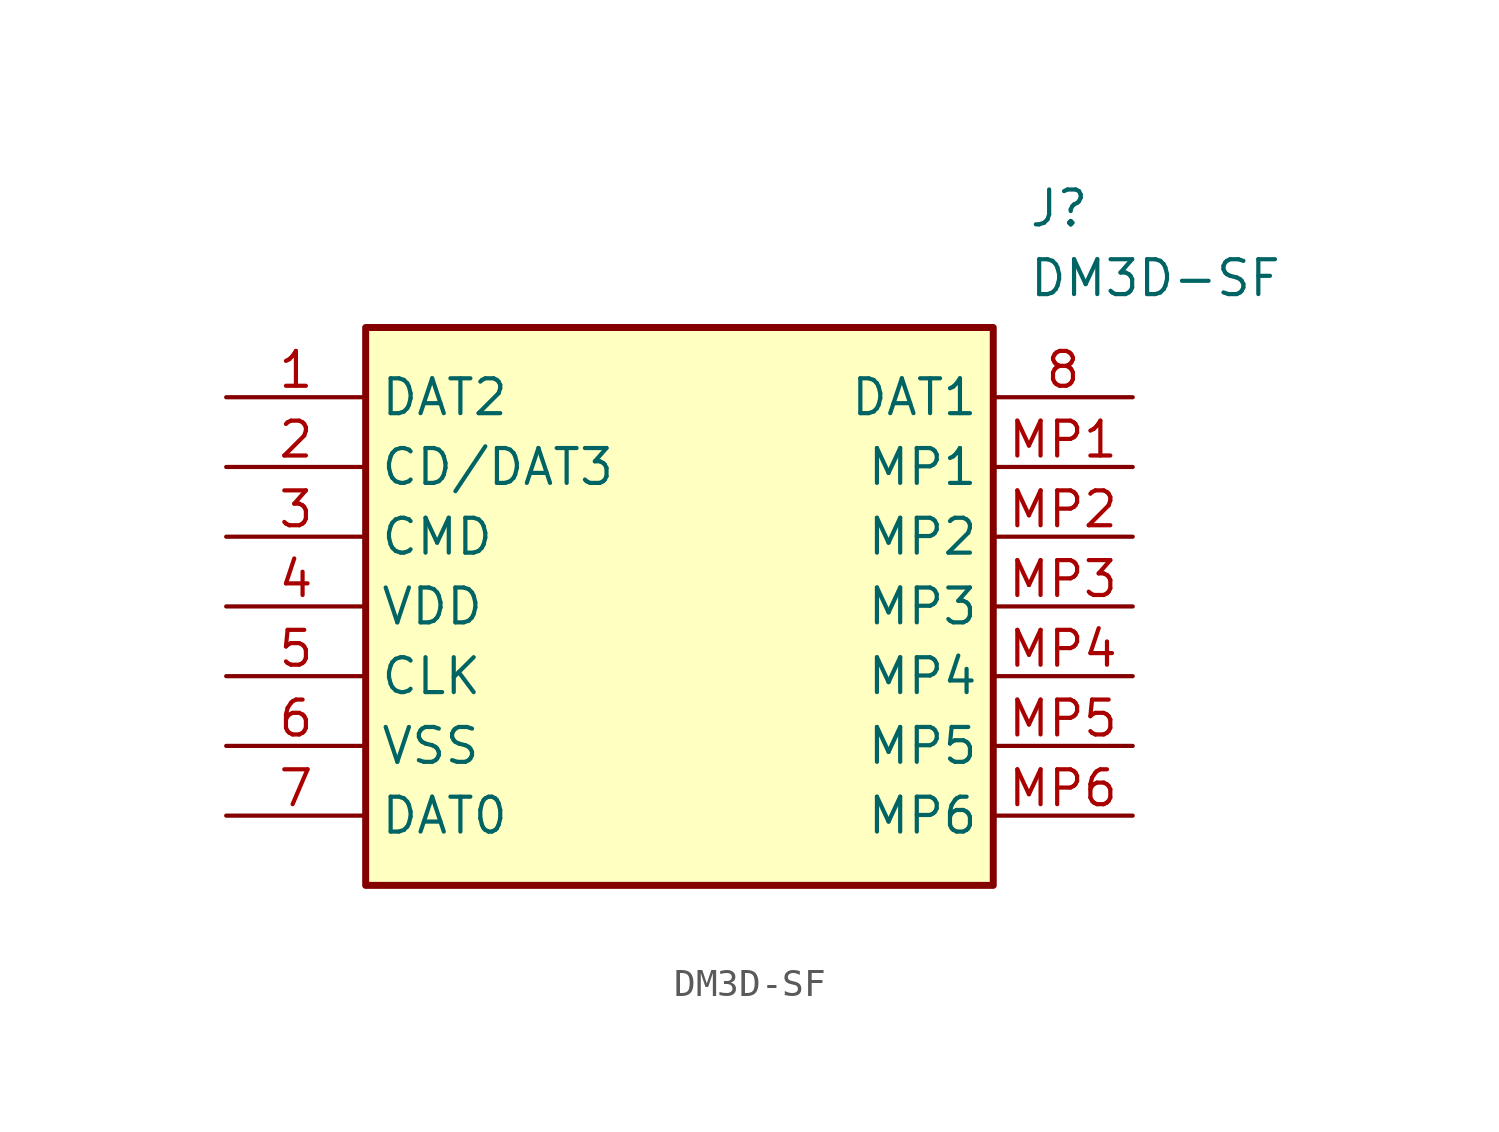
<source format=kicad_sym>
(kicad_symbol_lib
  (version 20211014)
  (generator SamacSys_ECAD_Model)
  (symbol "DM3D-SF"
    (property "Reference" "J"
      (at 29.21 7.62 0)
      (effects (font (size 1.27 1.27)) (justify left top)))
    (property "Value" "DM3D-SF"
      (at 29.21 5.08 0)
      (effects (font (size 1.27 1.27)) (justify left top)))
    (rectangle
      (start 5.08 2.54)
      (end 27.94 -17.78)
      (stroke (width 0.254) (type default))
      (fill (type background)))
    (pin passive line
      (at 0 0 0)
      (length 5.08)
      (name "DAT2" (effects (font (size 1.27 1.27))))
      (number "1" (effects (font (size 1.27 1.27)))))
    (pin passive line
      (at 0 -2.54 0)
      (length 5.08)
      (name "CD/DAT3" (effects (font (size 1.27 1.27))))
      (number "2" (effects (font (size 1.27 1.27)))))
    (pin passive line
      (at 0 -5.08 0)
      (length 5.08)
      (name "CMD" (effects (font (size 1.27 1.27))))
      (number "3" (effects (font (size 1.27 1.27)))))
    (pin passive line
      (at 0 -7.62 0)
      (length 5.08)
      (name "VDD" (effects (font (size 1.27 1.27))))
      (number "4" (effects (font (size 1.27 1.27)))))
    (pin passive line
      (at 0 -10.16 0)
      (length 5.08)
      (name "CLK" (effects (font (size 1.27 1.27))))
      (number "5" (effects (font (size 1.27 1.27)))))
    (pin passive line
      (at 0 -12.7 0)
      (length 5.08)
      (name "VSS" (effects (font (size 1.27 1.27))))
      (number "6" (effects (font (size 1.27 1.27)))))
    (pin passive line
      (at 0 -15.24 0)
      (length 5.08)
      (name "DAT0" (effects (font (size 1.27 1.27))))
      (number "7" (effects (font (size 1.27 1.27)))))
    (pin passive line
      (at 33.02 0 180)
      (length 5.08)
      (name "DAT1" (effects (font (size 1.27 1.27))))
      (number "8" (effects (font (size 1.27 1.27)))))
    (pin passive line
      (at 33.02 -2.54 180)
      (length 5.08)
      (name "MP1" (effects (font (size 1.27 1.27))))
      (number "MP1" (effects (font (size 1.27 1.27)))))
    (pin passive line
      (at 33.02 -5.08 180)
      (length 5.08)
      (name "MP2" (effects (font (size 1.27 1.27))))
      (number "MP2" (effects (font (size 1.27 1.27)))))
    (pin passive line
      (at 33.02 -7.62 180)
      (length 5.08)
      (name "MP3" (effects (font (size 1.27 1.27))))
      (number "MP3" (effects (font (size 1.27 1.27)))))
    (pin passive line
      (at 33.02 -10.16 180)
      (length 5.08)
      (name "MP4" (effects (font (size 1.27 1.27))))
      (number "MP4" (effects (font (size 1.27 1.27)))))
    (pin passive line
      (at 33.02 -12.7 180)
      (length 5.08)
      (name "MP5" (effects (font (size 1.27 1.27))))
      (number "MP5" (effects (font (size 1.27 1.27)))))
    (pin passive line
      (at 33.02 -15.24 180)
      (length 5.08)
      (name "MP6" (effects (font (size 1.27 1.27))))
      (number "MP6" (effects (font (size 1.27 1.27)))))))
</source>
